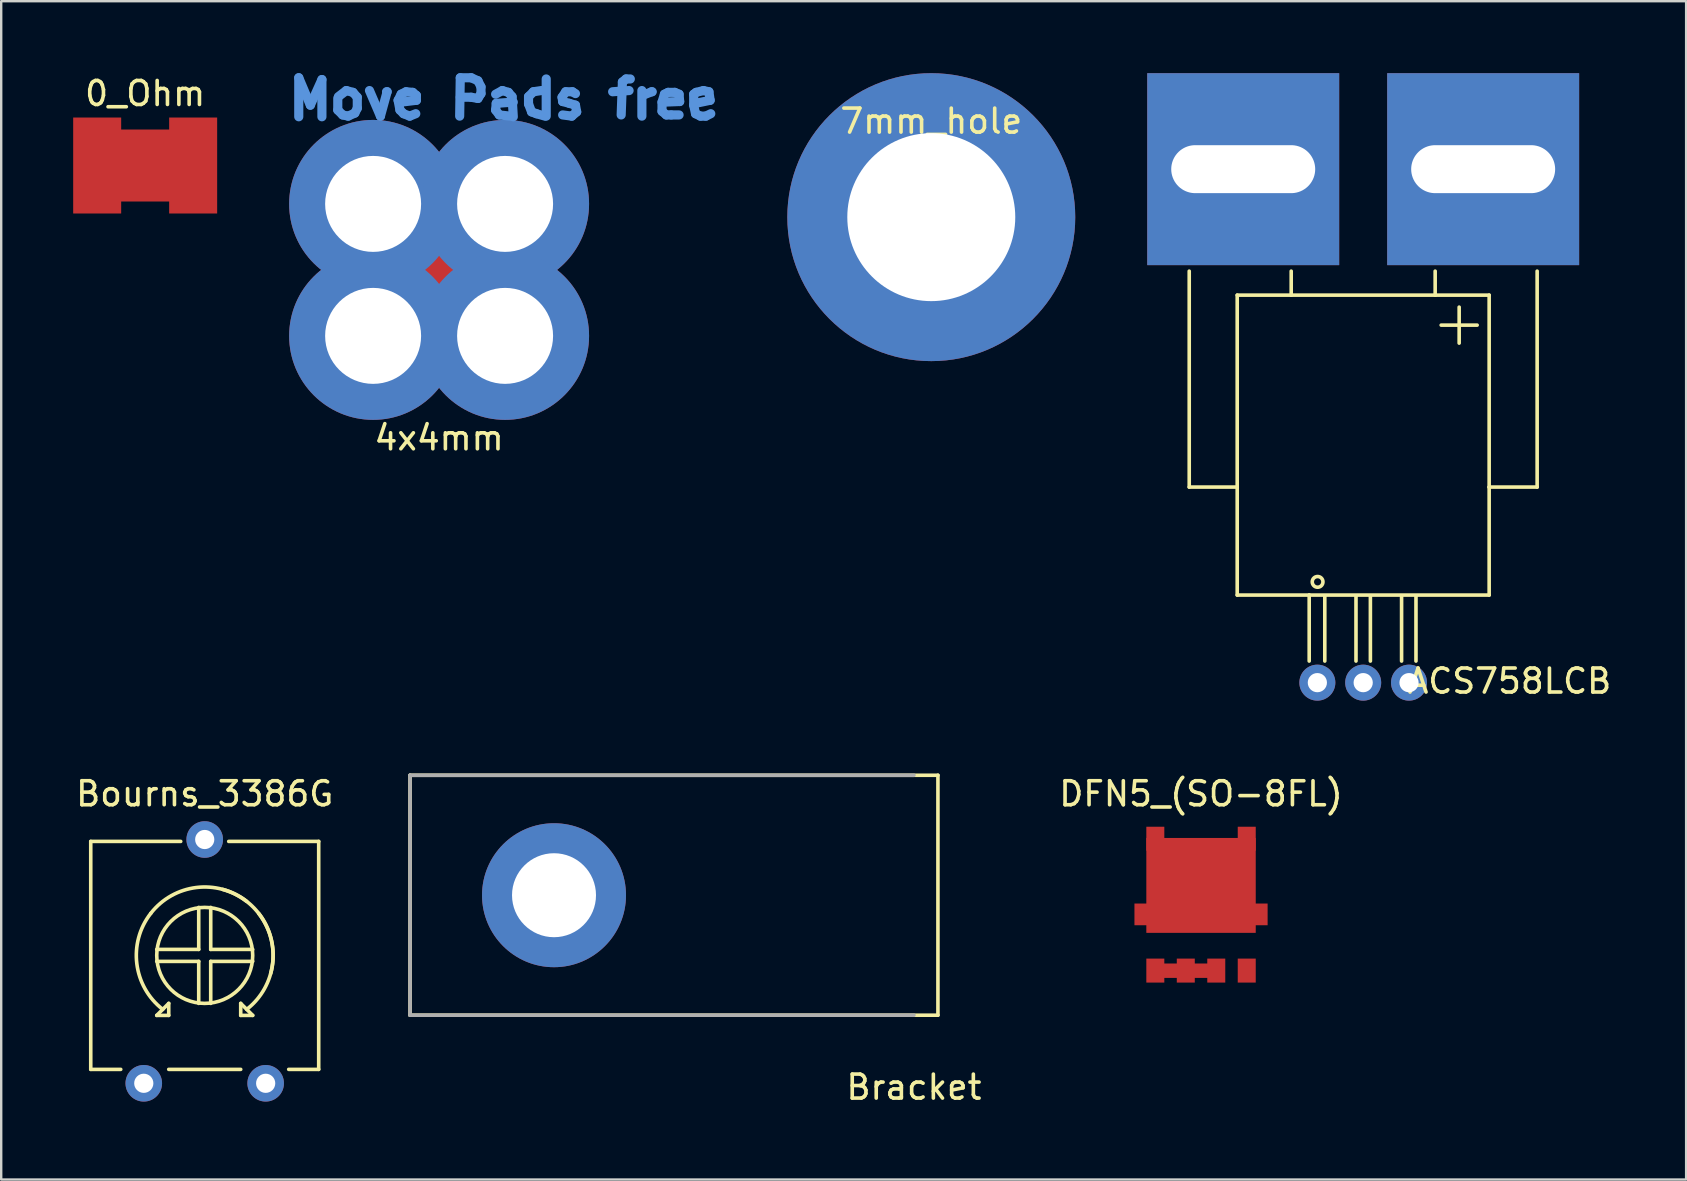
<source format=kicad_pcb>
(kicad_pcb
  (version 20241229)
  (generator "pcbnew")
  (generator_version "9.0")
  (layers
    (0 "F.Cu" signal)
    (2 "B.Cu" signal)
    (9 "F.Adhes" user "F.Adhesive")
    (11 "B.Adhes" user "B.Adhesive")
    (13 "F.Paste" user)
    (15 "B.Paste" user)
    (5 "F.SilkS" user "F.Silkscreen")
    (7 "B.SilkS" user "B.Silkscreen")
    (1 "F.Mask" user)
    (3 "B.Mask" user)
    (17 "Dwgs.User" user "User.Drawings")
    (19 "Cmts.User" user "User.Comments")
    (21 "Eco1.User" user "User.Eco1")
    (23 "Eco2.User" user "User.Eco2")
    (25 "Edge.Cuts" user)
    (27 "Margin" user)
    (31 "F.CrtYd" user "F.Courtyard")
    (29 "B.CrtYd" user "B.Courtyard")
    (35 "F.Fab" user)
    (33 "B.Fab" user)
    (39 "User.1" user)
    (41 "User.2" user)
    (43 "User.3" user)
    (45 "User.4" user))
  (footprint "Bracket"
    (layer "F.Cu")
    (at 35.039 34.259)
    (property "Reference" "Bracket" (at 0 8 0) (layer "F.SilkS") (effects (font (size 1 1) (thickness 0.15))))
    (attr through_hole)
    (fp_line (start -21 -5) (end -21 5) (stroke (width 0.15) (type solid)) (layer "F.SilkS"))
    (fp_line (start -21 5) (end 1 5) (stroke (width 0.15) (type solid)) (layer "F.SilkS"))
    (fp_line (start 1 -5) (end -21 -5) (stroke (width 0.15) (type solid)) (layer "F.SilkS"))
    (fp_line (start 1 5) (end 1 -5) (stroke (width 0.15) (type solid)) (layer "F.SilkS"))
    (fp_line (start -21 -5) (end -21 5) (stroke (width 0.15) (type solid)) (layer "F.Fab"))
    (fp_line (start -21 5) (end 0 5) (stroke (width 0.15) (type solid)) (layer "F.Fab"))
    (fp_line (start 0 -5) (end -21 -5) (stroke (width 0.15) (type solid)) (layer "F.Fab"))
    (pad "1" thru_hole circle (at -15 0) (size 6 6) (drill 3.5) (layers "*.Cu" "*.Mask")))
  (footprint "4x4mm"
    (layer "F.Cu")
    (at 12.5 5.448)
    (property "Reference" "4x4mm" (at 2.75 9.75 0) (layer "F.SilkS") (effects (font (size 1 1) (thickness 0.15))))
    (attr through_hole)
    (fp_line (start -3.099 -5.258) (end -2.616 -4.115) (stroke (width 0.381) (type solid)) (layer "Cmts.User"))
    (fp_line (start -3.099 -3.632) (end -3.099 -5.258) (stroke (width 0.381) (type solid)) (layer "Cmts.User"))
    (fp_line (start -2.616 -4.115) (end -2.134 -5.182) (stroke (width 0.381) (type solid)) (layer "Cmts.User"))
    (fp_line (start -2.134 -5.182) (end -2.134 -3.632) (stroke (width 0.381) (type solid)) (layer "Cmts.User"))
    (fp_line (start -1.473 -4.394) (end -1.473 -3.912) (stroke (width 0.381) (type solid)) (layer "Cmts.User"))
    (fp_line (start -1.473 -3.912) (end -1.27 -3.708) (stroke (width 0.381) (type solid)) (layer "Cmts.User"))
    (fp_line (start -1.27 -3.708) (end -1.041 -3.658) (stroke (width 0.381) (type solid)) (layer "Cmts.User"))
    (fp_line (start -1.118 -4.724) (end -1.448 -4.47) (stroke (width 0.381) (type solid)) (layer "Cmts.User"))
    (fp_line (start -1.041 -3.658) (end -0.762 -3.785) (stroke (width 0.381) (type solid)) (layer "Cmts.User"))
    (fp_line (start -0.838 -4.648) (end -1.118 -4.724) (stroke (width 0.381) (type solid)) (layer "Cmts.User"))
    (fp_line (start -0.762 -3.785) (end -0.66 -3.988) (stroke (width 0.381) (type solid)) (layer "Cmts.User"))
    (fp_line (start -0.66 -4.445) (end -0.838 -4.648) (stroke (width 0.381) (type solid)) (layer "Cmts.User"))
    (fp_line (start -0.66 -3.988) (end -0.66 -4.445) (stroke (width 0.381) (type solid)) (layer "Cmts.User"))
    (fp_line (start -0.152 -4.724) (end 0.305 -3.658) (stroke (width 0.381) (type solid)) (layer "Cmts.User"))
    (fp_line (start 0.305 -3.658) (end 0.584 -4.674) (stroke (width 0.381) (type solid)) (layer "Cmts.User"))
    (fp_line (start 0.584 -4.674) (end 0.559 -4.674) (stroke (width 0.381) (type solid)) (layer "Cmts.User"))
    (fp_line (start 1.041 -4.318) (end 1.168 -4.572) (stroke (width 0.381) (type solid)) (layer "Cmts.User"))
    (fp_line (start 1.118 -3.912) (end 1.041 -4.318) (stroke (width 0.381) (type solid)) (layer "Cmts.User"))
    (fp_line (start 1.168 -4.572) (end 1.372 -4.674) (stroke (width 0.381) (type solid)) (layer "Cmts.User"))
    (fp_line (start 1.27 -3.759) (end 1.118 -3.912) (stroke (width 0.381) (type solid)) (layer "Cmts.User"))
    (fp_line (start 1.372 -4.674) (end 1.651 -4.648) (stroke (width 0.381) (type solid)) (layer "Cmts.User"))
    (fp_line (start 1.524 -3.658) (end 1.27 -3.759) (stroke (width 0.381) (type solid)) (layer "Cmts.User"))
    (fp_line (start 1.651 -4.648) (end 1.803 -4.521) (stroke (width 0.381) (type solid)) (layer "Cmts.User"))
    (fp_line (start 1.778 -3.759) (end 1.524 -3.658) (stroke (width 0.381) (type solid)) (layer "Cmts.User"))
    (fp_line (start 1.803 -4.521) (end 1.803 -4.318) (stroke (width 0.381) (type solid)) (layer "Cmts.User"))
    (fp_line (start 1.803 -4.318) (end 1.168 -4.242) (stroke (width 0.381) (type solid)) (layer "Cmts.User"))
    (fp_line (start 3.607 -3.658) (end 3.632 -5.258) (stroke (width 0.381) (type solid)) (layer "Cmts.User"))
    (fp_line (start 3.632 -5.258) (end 4.089 -5.258) (stroke (width 0.381) (type solid)) (layer "Cmts.User"))
    (fp_line (start 4.089 -5.258) (end 4.369 -5.131) (stroke (width 0.381) (type solid)) (layer "Cmts.User"))
    (fp_line (start 4.089 -4.445) (end 3.632 -4.445) (stroke (width 0.381) (type solid)) (layer "Cmts.User"))
    (fp_line (start 4.369 -5.131) (end 4.496 -4.877) (stroke (width 0.381) (type solid)) (layer "Cmts.User"))
    (fp_line (start 4.369 -4.394) (end 4.089 -4.445) (stroke (width 0.381) (type solid)) (layer "Cmts.User"))
    (fp_line (start 4.496 -4.877) (end 4.496 -4.597) (stroke (width 0.381) (type solid)) (layer "Cmts.User"))
    (fp_line (start 4.496 -4.597) (end 4.369 -4.394) (stroke (width 0.381) (type solid)) (layer "Cmts.User"))
    (fp_line (start 5.105 -4.572) (end 5.385 -4.724) (stroke (width 0.381) (type solid)) (layer "Cmts.User"))
    (fp_line (start 5.105 -3.912) (end 5.131 -4.191) (stroke (width 0.381) (type solid)) (layer "Cmts.User"))
    (fp_line (start 5.131 -4.191) (end 5.842 -4.242) (stroke (width 0.381) (type solid)) (layer "Cmts.User"))
    (fp_line (start 5.258 -3.708) (end 5.105 -3.912) (stroke (width 0.381) (type solid)) (layer "Cmts.User"))
    (fp_line (start 5.385 -4.724) (end 5.639 -4.648) (stroke (width 0.381) (type solid)) (layer "Cmts.User"))
    (fp_line (start 5.639 -4.648) (end 5.791 -4.47) (stroke (width 0.381) (type solid)) (layer "Cmts.User"))
    (fp_line (start 5.715 -3.658) (end 5.258 -3.708) (stroke (width 0.381) (type solid)) (layer "Cmts.User"))
    (fp_line (start 5.791 -4.47) (end 5.842 -3.632) (stroke (width 0.381) (type solid)) (layer "Cmts.User"))
    (fp_line (start 6.477 -4.47) (end 6.68 -4.674) (stroke (width 0.381) (type solid)) (layer "Cmts.User"))
    (fp_line (start 6.477 -4.166) (end 6.477 -4.47) (stroke (width 0.381) (type solid)) (layer "Cmts.User"))
    (fp_line (start 6.604 -3.835) (end 6.477 -4.166) (stroke (width 0.381) (type solid)) (layer "Cmts.User"))
    (fp_line (start 6.68 -4.674) (end 7.01 -4.724) (stroke (width 0.381) (type solid)) (layer "Cmts.User"))
    (fp_line (start 6.807 -3.759) (end 6.604 -3.835) (stroke (width 0.381) (type solid)) (layer "Cmts.User"))
    (fp_line (start 7.163 -3.658) (end 6.807 -3.759) (stroke (width 0.381) (type solid)) (layer "Cmts.User"))
    (fp_line (start 7.214 -5.207) (end 7.214 -3.658) (stroke (width 0.381) (type solid)) (layer "Cmts.User"))
    (fp_line (start 7.874 -4.445) (end 7.899 -4.267) (stroke (width 0.381) (type solid)) (layer "Cmts.User"))
    (fp_line (start 7.899 -4.267) (end 8.179 -4.191) (stroke (width 0.381) (type solid)) (layer "Cmts.User"))
    (fp_line (start 8.026 -4.674) (end 7.874 -4.445) (stroke (width 0.381) (type solid)) (layer "Cmts.User"))
    (fp_line (start 8.179 -4.191) (end 8.433 -4.115) (stroke (width 0.381) (type solid)) (layer "Cmts.User"))
    (fp_line (start 8.28 -3.658) (end 7.899 -3.708) (stroke (width 0.381) (type solid)) (layer "Cmts.User"))
    (fp_line (start 8.306 -4.674) (end 8.026 -4.674) (stroke (width 0.381) (type solid)) (layer "Cmts.User"))
    (fp_line (start 8.433 -4.597) (end 8.306 -4.674) (stroke (width 0.381) (type solid)) (layer "Cmts.User"))
    (fp_line (start 8.433 -4.115) (end 8.484 -3.835) (stroke (width 0.381) (type solid)) (layer "Cmts.User"))
    (fp_line (start 8.484 -3.835) (end 8.28 -3.658) (stroke (width 0.381) (type solid)) (layer "Cmts.User"))
    (fp_line (start 9.982 -4.674) (end 10.668 -4.724) (stroke (width 0.381) (type solid)) (layer "Cmts.User"))
    (fp_line (start 10.389 -5.08) (end 10.338 -3.708) (stroke (width 0.381) (type solid)) (layer "Cmts.User"))
    (fp_line (start 10.541 -5.207) (end 10.389 -5.08) (stroke (width 0.381) (type solid)) (layer "Cmts.User"))
    (fp_line (start 10.719 -5.207) (end 10.541 -5.207) (stroke (width 0.381) (type solid)) (layer "Cmts.User"))
    (fp_line (start 11.201 -4.724) (end 11.201 -3.658) (stroke (width 0.381) (type solid)) (layer "Cmts.User"))
    (fp_line (start 11.227 -4.521) (end 11.608 -4.674) (stroke (width 0.381) (type solid)) (layer "Cmts.User"))
    (fp_line (start 11.608 -4.674) (end 11.633 -4.674) (stroke (width 0.381) (type solid)) (layer "Cmts.User"))
    (fp_line (start 12.04 -4.242) (end 12.141 -4.572) (stroke (width 0.381) (type solid)) (layer "Cmts.User"))
    (fp_line (start 12.04 -3.861) (end 12.04 -4.242) (stroke (width 0.381) (type solid)) (layer "Cmts.User"))
    (fp_line (start 12.141 -4.572) (end 12.294 -4.648) (stroke (width 0.381) (type solid)) (layer "Cmts.User"))
    (fp_line (start 12.217 -3.708) (end 12.04 -3.861) (stroke (width 0.381) (type solid)) (layer "Cmts.User"))
    (fp_line (start 12.294 -4.648) (end 12.573 -4.648) (stroke (width 0.381) (type solid)) (layer "Cmts.User"))
    (fp_line (start 12.421 -3.708) (end 12.217 -3.708) (stroke (width 0.381) (type solid)) (layer "Cmts.User"))
    (fp_line (start 12.573 -4.648) (end 12.751 -4.572) (stroke (width 0.381) (type solid)) (layer "Cmts.User"))
    (fp_line (start 12.751 -4.572) (end 12.776 -4.267) (stroke (width 0.381) (type solid)) (layer "Cmts.User"))
    (fp_line (start 12.751 -3.708) (end 12.421 -3.708) (stroke (width 0.381) (type solid)) (layer "Cmts.User"))
    (fp_line (start 12.776 -4.267) (end 12.141 -4.242) (stroke (width 0.381) (type solid)) (layer "Cmts.User"))
    (fp_line (start 13.36 -4.572) (end 13.462 -4.648) (stroke (width 0.381) (type solid)) (layer "Cmts.User"))
    (fp_line (start 13.36 -4.115) (end 13.36 -4.572) (stroke (width 0.381) (type solid)) (layer "Cmts.User"))
    (fp_line (start 13.437 -4.191) (end 13.437 -4.242) (stroke (width 0.381) (type solid)) (layer "Cmts.User"))
    (fp_line (start 13.437 -3.759) (end 13.36 -4.115) (stroke (width 0.381) (type solid)) (layer "Cmts.User"))
    (fp_line (start 13.462 -4.648) (end 13.767 -4.724) (stroke (width 0.381) (type solid)) (layer "Cmts.User"))
    (fp_line (start 13.64 -3.658) (end 13.437 -3.759) (stroke (width 0.381) (type solid)) (layer "Cmts.User"))
    (fp_line (start 13.767 -4.724) (end 13.995 -4.674) (stroke (width 0.381) (type solid)) (layer "Cmts.User"))
    (fp_line (start 13.868 -3.658) (end 13.64 -3.658) (stroke (width 0.381) (type solid)) (layer "Cmts.User"))
    (fp_line (start 13.995 -4.674) (end 14.046 -4.318) (stroke (width 0.381) (type solid)) (layer "Cmts.User"))
    (fp_line (start 14.046 -4.318) (end 13.437 -4.191) (stroke (width 0.381) (type solid)) (layer "Cmts.User"))
    (fp_line (start 14.072 -3.759) (end 13.868 -3.658) (stroke (width 0.381) (type solid)) (layer "Cmts.User"))
    (pad "1" thru_hole circle (at 0 0) (size 7 7) (drill 4) (layers "*.Cu" "*.Mask"))
    (pad "1" thru_hole circle (at 0 5.5) (size 7 7) (drill 4) (layers "*.Cu" "*.Mask"))
    (pad "1" thru_hole circle (at 5.5 0) (size 7 7) (drill 4) (layers "*.Cu" "*.Mask"))
    (pad "1" thru_hole circle (at 5.5 5.5) (size 7 7) (drill 4) (layers "*.Cu" "*.Mask"))
    (pad "2" smd circle (at 2.75 2.75) (size 2 2) (layers "F.Cu" "F.Mask" "F.Paste")))
  (footprint "Bourns_3386G"
    (layer "F.Cu")
    (at 5.482 37.017)
    (property "Reference" "Bourns_3386G" (at 0 -6.985 0) (layer "F.SilkS") (effects (font (size 1 1) (thickness 0.15))))
    (attr through_hole)
    (fp_line (start -4.75 -5) (end -1 -5) (stroke (width 0.15) (type solid)) (layer "F.SilkS"))
    (fp_line (start -4.75 4.5) (end -4.75 -5) (stroke (width 0.15) (type solid)) (layer "F.SilkS"))
    (fp_line (start -3.5 4.5) (end -4.75 4.5) (stroke (width 0.15) (type solid)) (layer "F.SilkS"))
    (fp_line (start -2 0) (end -0.25 0) (stroke (width 0.15) (type solid)) (layer "F.SilkS"))
    (fp_line (start -2 2.25) (end -1.5 1.75) (stroke (width 0.15) (type solid)) (layer "F.SilkS"))
    (fp_line (start -1.5 1.75) (end -1.5 2.25) (stroke (width 0.15) (type solid)) (layer "F.SilkS"))
    (fp_line (start -1.5 2.25) (end -2 2.25) (stroke (width 0.15) (type solid)) (layer "F.SilkS"))
    (fp_line (start -0.25 -2.25) (end -0.25 -0.5) (stroke (width 0.15) (type solid)) (layer "F.SilkS"))
    (fp_line (start -0.25 -0.5) (end -2 -0.5) (stroke (width 0.15) (type solid)) (layer "F.SilkS"))
    (fp_line (start -0.25 0) (end -0.25 1.75) (stroke (width 0.15) (type solid)) (layer "F.SilkS"))
    (fp_line (start 0.25 -0.5) (end 0.25 -2.25) (stroke (width 0.15) (type solid)) (layer "F.SilkS"))
    (fp_line (start 0.25 0) (end 2 0) (stroke (width 0.15) (type solid)) (layer "F.SilkS"))
    (fp_line (start 0.25 1.75) (end 0.25 0) (stroke (width 0.15) (type solid)) (layer "F.SilkS"))
    (fp_line (start 1 -5) (end 4.75 -5) (stroke (width 0.15) (type solid)) (layer "F.SilkS"))
    (fp_line (start 1.5 1.75) (end 2 2.25) (stroke (width 0.15) (type solid)) (layer "F.SilkS"))
    (fp_line (start 1.5 2.25) (end 1.5 1.75) (stroke (width 0.15) (type solid)) (layer "F.SilkS"))
    (fp_line (start 1.5 4.5) (end -1.5 4.5) (stroke (width 0.15) (type solid)) (layer "F.SilkS"))
    (fp_line (start 2 -0.5) (end 0.25 -0.5) (stroke (width 0.15) (type solid)) (layer "F.SilkS"))
    (fp_line (start 2 2.25) (end 1.5 2.25) (stroke (width 0.15) (type solid)) (layer "F.SilkS"))
    (fp_line (start 4.75 -5) (end 4.75 4.5) (stroke (width 0.15) (type solid)) (layer "F.SilkS"))
    (fp_line (start 4.75 4.5) (end 3.5 4.5) (stroke (width 0.15) (type solid)) (layer "F.SilkS"))
    (fp_arc (start -2.25 -2) (mid -0.353553 -3.078427) (end 1.75 -2.5) (stroke (width 0.15) (type solid)) (layer "F.SilkS"))
    (fp_arc (start -1.75 2) (mid -2.828427 0.103553) (end -2.25 -2) (stroke (width 0.15) (type solid)) (layer "F.SilkS"))
    (fp_arc (start 0.75 -3) (mid 2.474874 -1.664214) (end 2.75 0.5) (stroke (width 0.15) (type solid)) (layer "F.SilkS"))
    (fp_arc (start 2.25 -2) (mid 2.828427 0.103553) (end 1.75 2) (stroke (width 0.15) (type solid)) (layer "F.SilkS"))
    (fp_circle (center 0 -0.25) (end 0 -2.25) (stroke (width 0.15) (type solid)) (fill no) (layer "F.SilkS"))
    (pad "1" thru_hole circle (at -2.54 5.08) (size 1.524 1.524) (drill 0.8) (layers "*.Cu" "*.Mask"))
    (pad "2" thru_hole circle (at 0 -5.08) (size 1.524 1.524) (drill 0.8) (layers "*.Cu" "*.Mask"))
    (pad "3" thru_hole circle (at 2.54 5.08) (size 1.524 1.524) (drill 0.8) (layers "*.Cu" "*.Mask")))
  (footprint "DFN5_(SO-8FL)"
    (layer "F.Cu")
    (at 47.004 34.605)
    (property "Reference" "DFN5_(SO-8FL)" (at 0 -4.572 0) (layer "F.SilkS") (effects (font (size 1 1) (thickness 0.15))))
    (attr through_hole)
    (pad "1" smd rect (at -1.905 2.795) (size 0.75 1) (layers "F.Cu" "F.Mask" "F.Paste"))
    (pad "1" smd rect (at -0.7 2.8) (size 2.54 0.6) (layers "F.Cu" "F.Mask" "F.Paste"))
    (pad "1" smd rect (at -0.635 2.795) (size 0.75 1) (layers "F.Cu" "F.Mask" "F.Paste"))
    (pad "1" smd rect (at 0.635 2.795) (size 0.75 1) (layers "F.Cu" "F.Mask" "F.Paste"))
    (pad "2" smd rect (at 1.905 2.795) (size 0.75 1) (layers "F.Cu" "F.Mask" "F.Paste"))
    (pad "3" smd rect (at -1.905 -2.7) (size 0.75 1) (layers "F.Cu" "F.Mask" "F.Paste"))
    (pad "3" smd rect (at 0 -0.755) (size 4.56 3.955) (layers "F.Cu" "F.Mask" "F.Paste"))
    (pad "3" smd rect (at 0 0.453) (size 5.55 0.905) (layers "F.Cu" "F.Mask" "F.Paste"))
    (pad "3" smd rect (at 1.905 -2.7) (size 0.75 1) (layers "F.Cu" "F.Mask" "F.Paste")))
  (footprint "ACS758LCB"
    (layer "F.Cu")
    (at 53.762 4)
    (property "Reference" "ACS758LCB" (at 6.096 21.336 0) (layer "F.SilkS") (effects (font (size 1 1) (thickness 0.15))))
    (attr through_hole)
    (fp_line (start -7.25 13.25) (end -7.25 4.25) (stroke (width 0.15) (type solid)) (layer "F.SilkS"))
    (fp_line (start -5.25 5.25) (end -5.25 13.25) (stroke (width 0.15) (type solid)) (layer "F.SilkS"))
    (fp_line (start -5.25 13.25) (end -7.25 13.25) (stroke (width 0.15) (type solid)) (layer "F.SilkS"))
    (fp_line (start -5.25 17.75) (end -5.25 13.25) (stroke (width 0.15) (type solid)) (layer "F.SilkS"))
    (fp_line (start -3 4.25) (end -3 5.25) (stroke (width 0.15) (type solid)) (layer "F.SilkS"))
    (fp_line (start -3 5.25) (end -5.25 5.25) (stroke (width 0.15) (type solid)) (layer "F.SilkS"))
    (fp_line (start -3 5.25) (end 3 5.25) (stroke (width 0.15) (type solid)) (layer "F.SilkS"))
    (fp_line (start -2.25 17.75) (end -5.25 17.75) (stroke (width 0.15) (type solid)) (layer "F.SilkS"))
    (fp_line (start -2.25 17.75) (end 5.25 17.75) (stroke (width 0.15) (type solid)) (layer "F.SilkS"))
    (fp_line (start -2.25 20.5) (end -2.25 17.75) (stroke (width 0.15) (type solid)) (layer "F.SilkS"))
    (fp_line (start -1.6 20.5) (end -1.6 17.8) (stroke (width 0.15) (type solid)) (layer "F.SilkS"))
    (fp_line (start -0.3 20.5) (end -0.3 17.8) (stroke (width 0.15) (type solid)) (layer "F.SilkS"))
    (fp_line (start 0.3 20.5) (end 0.3 17.8) (stroke (width 0.15) (type solid)) (layer "F.SilkS"))
    (fp_line (start 1.6 20.5) (end 1.6 17.8) (stroke (width 0.15) (type solid)) (layer "F.SilkS"))
    (fp_line (start 2.2 20.5) (end 2.2 17.8) (stroke (width 0.15) (type solid)) (layer "F.SilkS"))
    (fp_line (start 3 5.25) (end 3 4.25) (stroke (width 0.15) (type solid)) (layer "F.SilkS"))
    (fp_line (start 4 5.75) (end 4 7.25) (stroke (width 0.15) (type solid)) (layer "F.SilkS"))
    (fp_line (start 4.75 6.5) (end 3.25 6.5) (stroke (width 0.15) (type solid)) (layer "F.SilkS"))
    (fp_line (start 5.25 5.25) (end 3 5.25) (stroke (width 0.15) (type solid)) (layer "F.SilkS"))
    (fp_line (start 5.25 13.25) (end 5.25 5.25) (stroke (width 0.15) (type solid)) (layer "F.SilkS"))
    (fp_line (start 5.25 17.75) (end 5.25 13.25) (stroke (width 0.15) (type solid)) (layer "F.SilkS"))
    (fp_line (start 7.25 4.25) (end 7.25 13.25) (stroke (width 0.15) (type solid)) (layer "F.SilkS"))
    (fp_line (start 7.25 13.25) (end 5.25 13.25) (stroke (width 0.15) (type solid)) (layer "F.SilkS"))
    (fp_circle (center -1.9 17.2) (end -1.8 17) (stroke (width 0.15) (type solid)) (fill no) (layer "F.SilkS"))
    (pad "1" thru_hole circle (at -1.91 21.4) (size 1.5 1.5) (drill 0.8) (layers "*.Cu" "*.Mask"))
    (pad "2" thru_hole circle (at 0 21.4) (size 1.5 1.5) (drill 0.8) (layers "*.Cu" "*.Mask"))
    (pad "3" thru_hole circle (at 1.91 21.4) (size 1.5 1.5) (drill 0.8) (layers "*.Cu" "*.Mask"))
    (pad "4" thru_hole rect (at 5 0) (size 8 8) (drill oval 6 2) (layers "*.Cu" "*.Mask"))
    (pad "5" thru_hole rect (at -5 0) (size 8 8) (drill oval 6 2) (layers "*.Cu" "*.Mask")))
  (footprint "7mm_hole"
    (layer "F.Cu")
    (at 35.762 6)
    (property "Reference" "7mm_hole" (at 0 -4 0) (layer "F.SilkS") (effects (font (size 1 1) (thickness 0.15))))
    (attr through_hole)
    (pad "1" thru_hole circle (at 0 0) (size 12 12) (drill 7) (layers "*.Cu" "*.Mask")))
  (footprint "0_Ohm"
    (layer "F.Cu")
    (at 3 3.848)
    (property "Reference" "0_Ohm" (at 0 -3 0) (layer "F.SilkS") (effects (font (size 1 1) (thickness 0.15))))
    (attr through_hole)
    (pad "" smd rect (at 0 0) (size 2.1 3) (layers "F.Cu" "F.Mask" "F.Paste"))
    (pad "1" smd rect (at -2 0) (size 2 4) (layers "F.Cu" "F.Mask" "F.Paste"))
    (pad "2" smd rect (at 2 0) (size 2 4) (layers "F.Cu" "F.Mask" "F.Paste")))
  (gr_rect
    (start -3 -3)
    (end 67.221 46.108)
    (stroke (width 0.1) (type default))
    (fill no)
    (layer "Edge.Cuts")))
</source>
